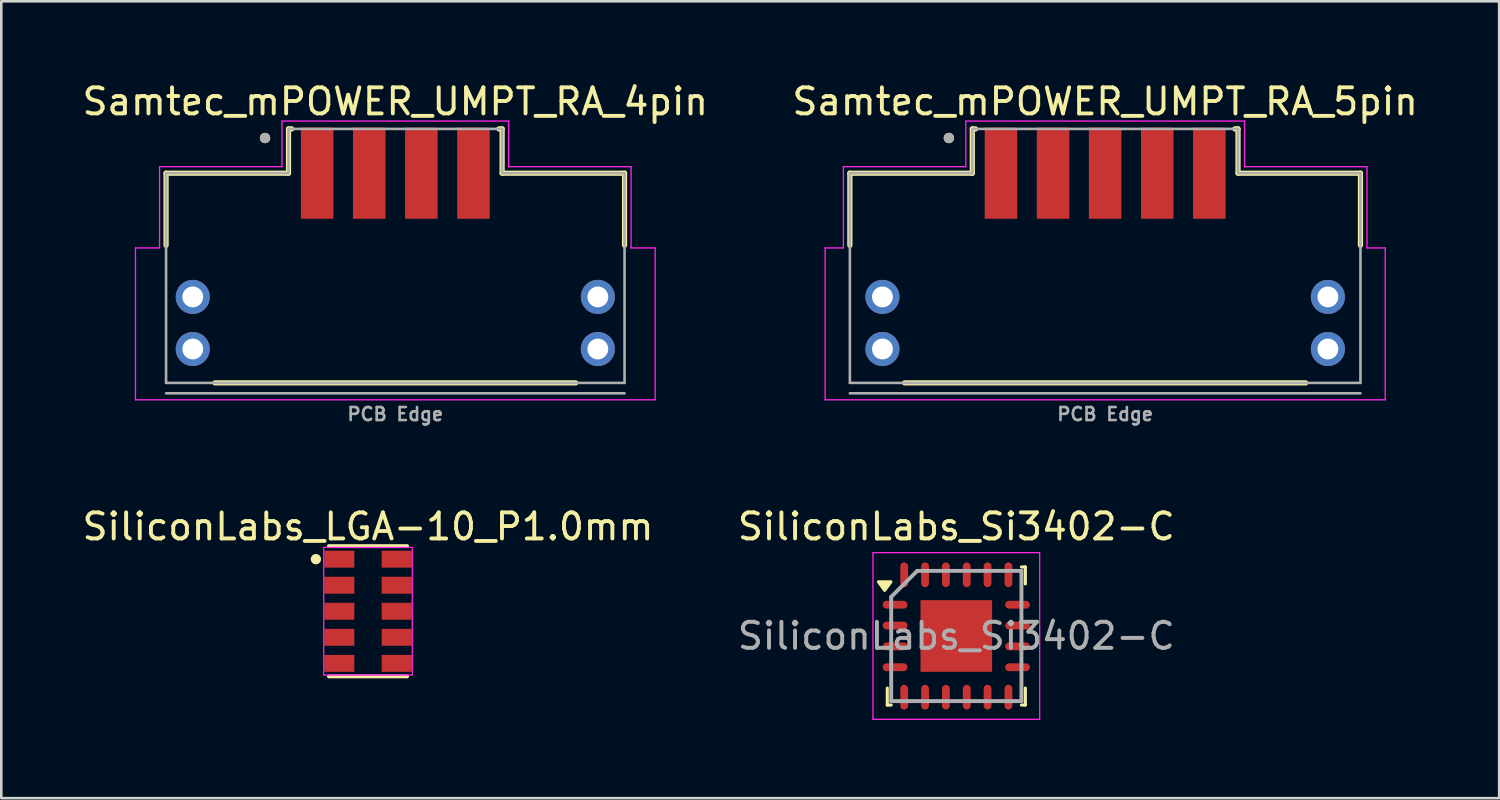
<source format=kicad_pcb>
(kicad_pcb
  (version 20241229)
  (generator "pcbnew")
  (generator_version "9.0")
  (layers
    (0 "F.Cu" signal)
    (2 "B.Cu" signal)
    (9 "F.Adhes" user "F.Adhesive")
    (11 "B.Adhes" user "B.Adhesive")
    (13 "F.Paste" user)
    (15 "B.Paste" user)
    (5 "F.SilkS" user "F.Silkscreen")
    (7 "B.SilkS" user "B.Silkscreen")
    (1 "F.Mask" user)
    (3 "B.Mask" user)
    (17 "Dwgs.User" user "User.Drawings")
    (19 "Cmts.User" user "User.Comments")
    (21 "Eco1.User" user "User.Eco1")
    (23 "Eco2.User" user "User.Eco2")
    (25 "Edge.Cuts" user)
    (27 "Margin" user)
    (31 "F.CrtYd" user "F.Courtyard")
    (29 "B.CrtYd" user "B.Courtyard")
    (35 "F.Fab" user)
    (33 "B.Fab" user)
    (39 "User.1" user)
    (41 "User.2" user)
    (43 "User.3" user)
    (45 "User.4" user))
  (footprint "SiliconLabs_LGA-10_P1.0mm"
    (layer "F.Cu")
    (at 11.077 20.415)
    (property "Reference" "SiliconLabs_LGA-10_P1.0mm" (at 0 -3.25 0) (unlocked yes) (layer "F.SilkS") (effects (font (size 1 1) (thickness 0.15))))
    (attr smd)
    (fp_line (start -1.5 -2.5) (end 1.5 -2.5) (stroke (width 0.15) (type solid)) (layer "F.SilkS"))
    (fp_line (start -1.5 2.5) (end 1.5 2.5) (stroke (width 0.15) (type solid)) (layer "F.SilkS"))
    (fp_circle (center -2 -2) (end -1.9 -2) (stroke (width 0.2) (type solid)) (fill no) (layer "F.SilkS"))
    (fp_rect (start -1.7 -2.45) (end 1.7 2.45) (stroke (width 0.05) (type solid)) (fill no) (layer "F.CrtYd"))
    (pad "1" smd rect (at -1.1 -2) (size 1.15 0.65) (layers "F.Cu" "F.Mask" "F.Paste"))
    (pad "2" smd rect (at -1.1 -1) (size 1.15 0.65) (layers "F.Cu" "F.Mask" "F.Paste"))
    (pad "3" smd rect (at -1.1 0) (size 1.15 0.65) (layers "F.Cu" "F.Mask" "F.Paste"))
    (pad "4" smd rect (at -1.1 1) (size 1.15 0.65) (layers "F.Cu" "F.Mask" "F.Paste"))
    (pad "5" smd rect (at -1.1 2) (size 1.15 0.65) (layers "F.Cu" "F.Mask" "F.Paste"))
    (pad "6" smd rect (at 1.1 2) (size 1.15 0.65) (layers "F.Cu" "F.Mask" "F.Paste"))
    (pad "7" smd rect (at 1.1 1) (size 1.15 0.65) (layers "F.Cu" "F.Mask" "F.Paste"))
    (pad "8" smd rect (at 1.1 0) (size 1.15 0.65) (layers "F.Cu" "F.Mask" "F.Paste"))
    (pad "9" smd rect (at 1.1 -1) (size 1.15 0.65) (layers "F.Cu" "F.Mask" "F.Paste"))
    (pad "10" smd rect (at 1.1 -2) (size 1.15 0.65) (layers "F.Cu" "F.Mask" "F.Paste")))
  (footprint "Samtec_mPOWER_UMPT_RA_5pin"
    (layer "F.Cu")
    (at 39.375 9.348)
    (property "Reference" "Samtec_mPOWER_UMPT_RA_5pin" (at 0 -8.5 0) (layer "F.SilkS") (effects (font (size 1 1) (thickness 0.15))))
    (attr through_hole)
    (fp_line (start -9.8 -5.75) (end -9.8 -2.98) (stroke (width 0.2) (type solid)) (layer "F.SilkS"))
    (fp_line (start -9.8 -5.75) (end -5.1 -5.75) (stroke (width 0.2) (type solid)) (layer "F.SilkS"))
    (fp_line (start -5.1 -7.45) (end -4.975 -7.45) (stroke (width 0.2) (type solid)) (layer "F.SilkS"))
    (fp_line (start -5.1 -5.75) (end -5.1 -7.45) (stroke (width 0.2) (type solid)) (layer "F.SilkS"))
    (fp_line (start 4.975 -7.45) (end 5.1 -7.45) (stroke (width 0.2) (type solid)) (layer "F.SilkS"))
    (fp_line (start 5.1 -7.45) (end 5.1 -5.75) (stroke (width 0.2) (type solid)) (layer "F.SilkS"))
    (fp_line (start 5.1 -5.75) (end 9.8 -5.75) (stroke (width 0.2) (type solid)) (layer "F.SilkS"))
    (fp_line (start 7.7 2.3) (end -7.7 2.3) (stroke (width 0.2) (type solid)) (layer "F.SilkS"))
    (fp_line (start 9.8 -5.75) (end 9.8 -2.98) (stroke (width 0.2) (type solid)) (layer "F.SilkS"))
    (fp_circle (center -6 -7.1) (end -5.9 -7.1) (stroke (width 0.2) (type solid)) (fill no) (layer "F.SilkS"))
    (fp_poly (pts (xy -10.5 -2.63) (xy -8.05 -2.63) (xy -8.05 -0.35) (xy -10.5 -0.35)) (stroke (width 0.01) (type solid)) (fill yes) (layer "F.Paste"))
    (fp_poly (pts (xy -10.5 0.35) (xy -8.05 0.35) (xy -8.05 2.63) (xy -10.5 2.63)) (stroke (width 0.01) (type solid)) (fill yes) (layer "F.Paste"))
    (fp_poly (pts (xy 8.05 -2.63) (xy 10.5 -2.63) (xy 10.5 -0.35) (xy 8.05 -0.35)) (stroke (width 0.01) (type solid)) (fill yes) (layer "F.Paste"))
    (fp_poly (pts (xy 8.05 0.35) (xy 10.5 0.35) (xy 10.5 2.63) (xy 8.05 2.63)) (stroke (width 0.01) (type solid)) (fill yes) (layer "F.Paste"))
    (fp_line (start -10.75 -2.88) (end -10.75 2.95) (stroke (width 0.05) (type solid)) (layer "F.CrtYd"))
    (fp_line (start -10.75 2.95) (end 10.75 2.95) (stroke (width 0.05) (type solid)) (layer "F.CrtYd"))
    (fp_line (start -10.05 -6) (end -5.35 -6) (stroke (width 0.05) (type solid)) (layer "F.CrtYd"))
    (fp_line (start -10.05 -2.88) (end -10.75 -2.88) (stroke (width 0.05) (type solid)) (layer "F.CrtYd"))
    (fp_line (start -10.05 -2.88) (end -10.05 -6) (stroke (width 0.05) (type solid)) (layer "F.CrtYd"))
    (fp_line (start -5.35 -7.75) (end 5.35 -7.75) (stroke (width 0.05) (type solid)) (layer "F.CrtYd"))
    (fp_line (start -5.35 -6) (end -5.35 -7.75) (stroke (width 0.05) (type solid)) (layer "F.CrtYd"))
    (fp_line (start 5.35 -7.75) (end 5.35 -6) (stroke (width 0.05) (type solid)) (layer "F.CrtYd"))
    (fp_line (start 5.35 -6) (end 10.05 -6) (stroke (width 0.05) (type solid)) (layer "F.CrtYd"))
    (fp_line (start 10.05 -6) (end 10.05 -2.88) (stroke (width 0.05) (type solid)) (layer "F.CrtYd"))
    (fp_line (start 10.05 -2.88) (end 10.75 -2.88) (stroke (width 0.05) (type solid)) (layer "F.CrtYd"))
    (fp_line (start 10.75 -2.88) (end 10.75 2.95) (stroke (width 0.05) (type solid)) (layer "F.CrtYd"))
    (fp_line (start -9.8 -5.75) (end -5.1 -5.75) (stroke (width 0.1) (type solid)) (layer "F.Fab"))
    (fp_line (start -9.8 2.3) (end -9.8 -5.75) (stroke (width 0.1) (type solid)) (layer "F.Fab"))
    (fp_line (start -9.8 2.7) (end 9.8 2.7) (stroke (width 0.1) (type solid)) (layer "F.Fab"))
    (fp_line (start -5.1 -7.45) (end 5.1 -7.45) (stroke (width 0.1) (type solid)) (layer "F.Fab"))
    (fp_line (start -5.1 -5.75) (end -5.1 -7.45) (stroke (width 0.1) (type solid)) (layer "F.Fab"))
    (fp_line (start 5.1 -7.45) (end 5.1 -5.75) (stroke (width 0.1) (type solid)) (layer "F.Fab"))
    (fp_line (start 5.1 -5.75) (end 9.8 -5.75) (stroke (width 0.1) (type solid)) (layer "F.Fab"))
    (fp_line (start 9.8 -5.75) (end 9.8 2.3) (stroke (width 0.1) (type solid)) (layer "F.Fab"))
    (fp_line (start 9.8 2.3) (end -9.8 2.3) (stroke (width 0.1) (type solid)) (layer "F.Fab"))
    (fp_circle (center -6 -7.1) (end -5.9 -7.1) (stroke (width 0.2) (type solid)) (fill no) (layer "F.Fab"))
    (fp_text user "PCB Edge" (at 0 3.5 0) (layer "F.Fab") (effects (font (size 0.5 0.5) (thickness 0.1))))
    (pad "1" smd rect (at -4 -5.75) (size 1.25 3.5) (layers "F.Cu" "F.Mask" "F.Paste"))
    (pad "2" smd rect (at -2 -5.75) (size 1.25 3.5) (layers "F.Cu" "F.Mask" "F.Paste"))
    (pad "3" smd rect (at 0 -5.75) (size 1.25 3.5) (layers "F.Cu" "F.Mask" "F.Paste"))
    (pad "4" smd rect (at 2 -5.75) (size 1.25 3.5) (layers "F.Cu" "F.Mask" "F.Paste"))
    (pad "5" smd rect (at 4 -5.75) (size 1.25 3.5) (layers "F.Cu" "F.Mask" "F.Paste"))
    (pad "MP" thru_hole circle (at -8.55 -1) (size 1.308 1.308) (drill 0.8) (layers "*.Cu" "*.Mask"))
    (pad "MP" thru_hole circle (at -8.55 1) (size 1.308 1.308) (drill 0.8) (layers "*.Cu" "*.Mask"))
    (pad "MP" thru_hole circle (at 8.55 -1) (size 1.308 1.308) (drill 0.8) (layers "*.Cu" "*.Mask"))
    (pad "MP" thru_hole circle (at 8.55 1) (size 1.308 1.308) (drill 0.8) (layers "*.Cu" "*.Mask")))
  (footprint "Samtec_mPOWER_UMPT_RA_4pin"
    (layer "F.Cu")
    (at 12.125 9.348)
    (property "Reference" "Samtec_mPOWER_UMPT_RA_4pin" (at 0 -8.5 0) (layer "F.SilkS") (effects (font (size 1 1) (thickness 0.15))))
    (attr through_hole)
    (fp_line (start -8.8 -5.75) (end -8.8 -2.98) (stroke (width 0.2) (type solid)) (layer "F.SilkS"))
    (fp_line (start -8.8 -5.75) (end -4.1 -5.75) (stroke (width 0.2) (type solid)) (layer "F.SilkS"))
    (fp_line (start -4.1 -7.45) (end -3.975 -7.45) (stroke (width 0.2) (type solid)) (layer "F.SilkS"))
    (fp_line (start -4.1 -5.75) (end -4.1 -7.45) (stroke (width 0.2) (type solid)) (layer "F.SilkS"))
    (fp_line (start 3.975 -7.45) (end 4.1 -7.45) (stroke (width 0.2) (type solid)) (layer "F.SilkS"))
    (fp_line (start 4.1 -7.45) (end 4.1 -5.75) (stroke (width 0.2) (type solid)) (layer "F.SilkS"))
    (fp_line (start 4.1 -5.75) (end 8.8 -5.75) (stroke (width 0.2) (type solid)) (layer "F.SilkS"))
    (fp_line (start 6.925 2.3) (end -6.925 2.3) (stroke (width 0.2) (type solid)) (layer "F.SilkS"))
    (fp_line (start 8.8 -5.75) (end 8.8 -2.98) (stroke (width 0.2) (type solid)) (layer "F.SilkS"))
    (fp_circle (center -5 -7.1) (end -4.9 -7.1) (stroke (width 0.2) (type solid)) (fill no) (layer "F.SilkS"))
    (fp_poly (pts (xy -9.725 -2.63) (xy -7.275 -2.63) (xy -7.275 -0.35) (xy -9.725 -0.35)) (stroke (width 0.01) (type solid)) (fill yes) (layer "F.Paste"))
    (fp_poly (pts (xy -9.725 0.35) (xy -7.275 0.35) (xy -7.275 2.63) (xy -9.725 2.63)) (stroke (width 0.01) (type solid)) (fill yes) (layer "F.Paste"))
    (fp_poly (pts (xy 7.275 -2.63) (xy 9.725 -2.63) (xy 9.725 -0.35) (xy 7.275 -0.35)) (stroke (width 0.01) (type solid)) (fill yes) (layer "F.Paste"))
    (fp_poly (pts (xy 7.275 0.35) (xy 9.725 0.35) (xy 9.725 2.63) (xy 7.275 2.63)) (stroke (width 0.01) (type solid)) (fill yes) (layer "F.Paste"))
    (fp_line (start -9.975 -2.88) (end -9.975 2.95) (stroke (width 0.05) (type solid)) (layer "F.CrtYd"))
    (fp_line (start -9.975 2.95) (end 9.975 2.95) (stroke (width 0.05) (type solid)) (layer "F.CrtYd"))
    (fp_line (start -9.05 -6) (end -4.35 -6) (stroke (width 0.05) (type solid)) (layer "F.CrtYd"))
    (fp_line (start -9.05 -2.88) (end -9.975 -2.88) (stroke (width 0.05) (type solid)) (layer "F.CrtYd"))
    (fp_line (start -9.05 -2.88) (end -9.05 -6) (stroke (width 0.05) (type solid)) (layer "F.CrtYd"))
    (fp_line (start -4.35 -7.75) (end 4.35 -7.75) (stroke (width 0.05) (type solid)) (layer "F.CrtYd"))
    (fp_line (start -4.35 -6) (end -4.35 -7.75) (stroke (width 0.05) (type solid)) (layer "F.CrtYd"))
    (fp_line (start 4.35 -7.75) (end 4.35 -6) (stroke (width 0.05) (type solid)) (layer "F.CrtYd"))
    (fp_line (start 4.35 -6) (end 9.05 -6) (stroke (width 0.05) (type solid)) (layer "F.CrtYd"))
    (fp_line (start 9.05 -6) (end 9.05 -2.88) (stroke (width 0.05) (type solid)) (layer "F.CrtYd"))
    (fp_line (start 9.05 -2.88) (end 9.975 -2.88) (stroke (width 0.05) (type solid)) (layer "F.CrtYd"))
    (fp_line (start 9.975 -2.88) (end 9.975 2.95) (stroke (width 0.05) (type solid)) (layer "F.CrtYd"))
    (fp_line (start -8.8 -5.75) (end -4.1 -5.75) (stroke (width 0.1) (type solid)) (layer "F.Fab"))
    (fp_line (start -8.8 2.3) (end -8.8 -5.75) (stroke (width 0.1) (type solid)) (layer "F.Fab"))
    (fp_line (start -8.8 2.7) (end 8.8 2.7) (stroke (width 0.1) (type solid)) (layer "F.Fab"))
    (fp_line (start -4.1 -7.45) (end 4.1 -7.45) (stroke (width 0.1) (type solid)) (layer "F.Fab"))
    (fp_line (start -4.1 -5.75) (end -4.1 -7.45) (stroke (width 0.1) (type solid)) (layer "F.Fab"))
    (fp_line (start 4.1 -7.45) (end 4.1 -5.75) (stroke (width 0.1) (type solid)) (layer "F.Fab"))
    (fp_line (start 4.1 -5.75) (end 8.8 -5.75) (stroke (width 0.1) (type solid)) (layer "F.Fab"))
    (fp_line (start 8.8 -5.75) (end 8.8 2.3) (stroke (width 0.1) (type solid)) (layer "F.Fab"))
    (fp_line (start 8.8 2.3) (end -8.8 2.3) (stroke (width 0.1) (type solid)) (layer "F.Fab"))
    (fp_circle (center -5 -7.1) (end -4.9 -7.1) (stroke (width 0.2) (type solid)) (fill no) (layer "F.Fab"))
    (fp_text user "PCB Edge" (at 0 3.5 0) (layer "F.Fab") (effects (font (size 0.5 0.5) (thickness 0.1))))
    (pad "" thru_hole circle (at -7.775 -1) (size 1.308 1.308) (drill 0.8) (layers "*.Cu" "*.Mask"))
    (pad "" thru_hole circle (at -7.775 1) (size 1.308 1.308) (drill 0.8) (layers "*.Cu" "*.Mask"))
    (pad "" thru_hole circle (at 7.775 -1) (size 1.308 1.308) (drill 0.8) (layers "*.Cu" "*.Mask"))
    (pad "" thru_hole circle (at 7.775 1) (size 1.308 1.308) (drill 0.8) (layers "*.Cu" "*.Mask"))
    (pad "1" smd rect (at -3 -5.75) (size 1.25 3.5) (layers "F.Cu" "F.Mask" "F.Paste"))
    (pad "2" smd rect (at -1 -5.75) (size 1.25 3.5) (layers "F.Cu" "F.Mask" "F.Paste"))
    (pad "3" smd rect (at 1 -5.75) (size 1.25 3.5) (layers "F.Cu" "F.Mask" "F.Paste"))
    (pad "4" smd rect (at 3 -5.75) (size 1.25 3.5) (layers "F.Cu" "F.Mask" "F.Paste")))
  (footprint "SiliconLabs_Si3402-C"
    (layer "F.Cu")
    (at 33.661 21.364)
    (property "Reference" "SiliconLabs_Si3402-C" (at 0 -4.2 0) (unlocked yes) (layer "F.SilkS") (effects (font (size 1 1) (thickness 0.15))))
    (attr smd)
    (fp_line (start -2.65 2.65) (end -2.65 2) (stroke (width 0.12) (type default)) (layer "F.SilkS"))
    (fp_line (start -2.5 2.65) (end -2.65 2.65) (stroke (width 0.12) (type default)) (layer "F.SilkS"))
    (fp_line (start 2.5 -2.65) (end 2.65 -2.65) (stroke (width 0.12) (type default)) (layer "F.SilkS"))
    (fp_line (start 2.5 2.65) (end 2.65 2.65) (stroke (width 0.12) (type default)) (layer "F.SilkS"))
    (fp_line (start 2.65 -2.65) (end 2.65 -2) (stroke (width 0.12) (type default)) (layer "F.SilkS"))
    (fp_line (start 2.65 2.65) (end 2.65 2) (stroke (width 0.12) (type default)) (layer "F.SilkS"))
    (fp_poly (pts (xy -2.75 -1.75) (xy -2.99 -2.08) (xy -2.51 -2.08) (xy -2.75 -1.75)) (stroke (width 0.12) (type solid)) (fill yes) (layer "F.SilkS"))
    (fp_line (start -3.2 -3.2) (end 3.2 -3.2) (stroke (width 0.05) (type default)) (layer "F.CrtYd"))
    (fp_line (start -3.2 3.2) (end -3.2 -3.2) (stroke (width 0.05) (type default)) (layer "F.CrtYd"))
    (fp_line (start 3.2 -3.2) (end 3.2 3.2) (stroke (width 0.05) (type default)) (layer "F.CrtYd"))
    (fp_line (start 3.2 3.2) (end -3.2 3.2) (stroke (width 0.05) (type default)) (layer "F.CrtYd"))
    (fp_line (start -2.5 -1.5) (end -2.5 2.5) (stroke (width 0.15) (type default)) (layer "F.Fab"))
    (fp_line (start -2.5 2.5) (end 2.5 2.5) (stroke (width 0.15) (type default)) (layer "F.Fab"))
    (fp_line (start -1.5 -2.5) (end -2.5 -1.5) (stroke (width 0.15) (type default)) (layer "F.Fab"))
    (fp_line (start 2.5 -2.5) (end -1.5 -2.5) (stroke (width 0.15) (type default)) (layer "F.Fab"))
    (fp_line (start 2.5 2.5) (end 2.5 -2.5) (stroke (width 0.15) (type default)) (layer "F.Fab"))
    (fp_text user "${REFERENCE}" (at 0 0 0) (layer "F.Fab") (effects (font (size 1 1) (thickness 0.15))))
    (pad "" smd rect (at -0.688 -0.688) (size 0.625 0.625) (layers "F.Paste"))
    (pad "" smd rect (at -0.688 0.688) (size 0.625 0.625) (layers "F.Paste"))
    (pad "" smd rect (at 0.688 -0.688) (size 0.625 0.625) (layers "F.Paste"))
    (pad "" smd rect (at 0.688 0.688) (size 0.625 0.625) (layers "F.Paste"))
    (pad "1" smd oval (at -2.35 -1.2 90) (size 0.3 0.95) (layers "F.Cu" "F.Mask" "F.Paste"))
    (pad "2" smd oval (at -2.35 -0.4 90) (size 0.3 0.95) (layers "F.Cu" "F.Mask" "F.Paste"))
    (pad "3" smd oval (at -2.35 0.4 90) (size 0.3 0.95) (layers "F.Cu" "F.Mask" "F.Paste"))
    (pad "4" smd oval (at -2.35 1.2 90) (size 0.3 0.95) (layers "F.Cu" "F.Mask" "F.Paste"))
    (pad "5" smd oval (at -2 2.35) (size 0.3 0.95) (layers "F.Cu" "F.Mask" "F.Paste"))
    (pad "6" smd oval (at -1.2 2.35) (size 0.3 0.95) (layers "F.Cu" "F.Mask" "F.Paste"))
    (pad "7" smd oval (at -0.4 2.35) (size 0.3 0.95) (layers "F.Cu" "F.Mask" "F.Paste"))
    (pad "8" smd oval (at 0.4 2.35) (size 0.3 0.95) (layers "F.Cu" "F.Mask" "F.Paste"))
    (pad "9" smd oval (at 1.2 2.35) (size 0.3 0.95) (layers "F.Cu" "F.Mask" "F.Paste"))
    (pad "10" smd oval (at 2 2.35) (size 0.3 0.95) (layers "F.Cu" "F.Mask" "F.Paste"))
    (pad "11" smd oval (at 2.35 1.2 90) (size 0.3 0.95) (layers "F.Cu" "F.Mask" "F.Paste"))
    (pad "12" smd oval (at 2.35 0.4 90) (size 0.3 0.95) (layers "F.Cu" "F.Mask" "F.Paste"))
    (pad "13" smd oval (at 2.35 -0.4 90) (size 0.3 0.95) (layers "F.Cu" "F.Mask" "F.Paste"))
    (pad "14" smd oval (at 2.35 -1.2 90) (size 0.3 0.95) (layers "F.Cu" "F.Mask" "F.Paste"))
    (pad "15" smd oval (at 2 -2.35) (size 0.3 0.95) (layers "F.Cu" "F.Mask" "F.Paste"))
    (pad "16" smd oval (at 1.2 -2.35) (size 0.3 0.95) (layers "F.Cu" "F.Mask" "F.Paste"))
    (pad "17" smd oval (at 0.4 -2.35) (size 0.3 0.95) (layers "F.Cu" "F.Mask" "F.Paste"))
    (pad "18" smd oval (at -0.4 -2.35) (size 0.3 0.95) (layers "F.Cu" "F.Mask" "F.Paste"))
    (pad "19" smd oval (at -1.2 -2.35) (size 0.3 0.95) (layers "F.Cu" "F.Mask" "F.Paste"))
    (pad "20" smd oval (at -2 -2.35) (size 0.3 0.95) (layers "F.Cu" "F.Mask" "F.Paste"))
    (pad "21" smd rect (at 0 0) (size 2.75 2.75) (layers "F.Cu" "F.Mask")))
  (gr_rect
    (start -3 -3)
    (end 54.5 27.59)
    (stroke (width 0.1) (type default))
    (fill no)
    (layer "Edge.Cuts")))
</source>
